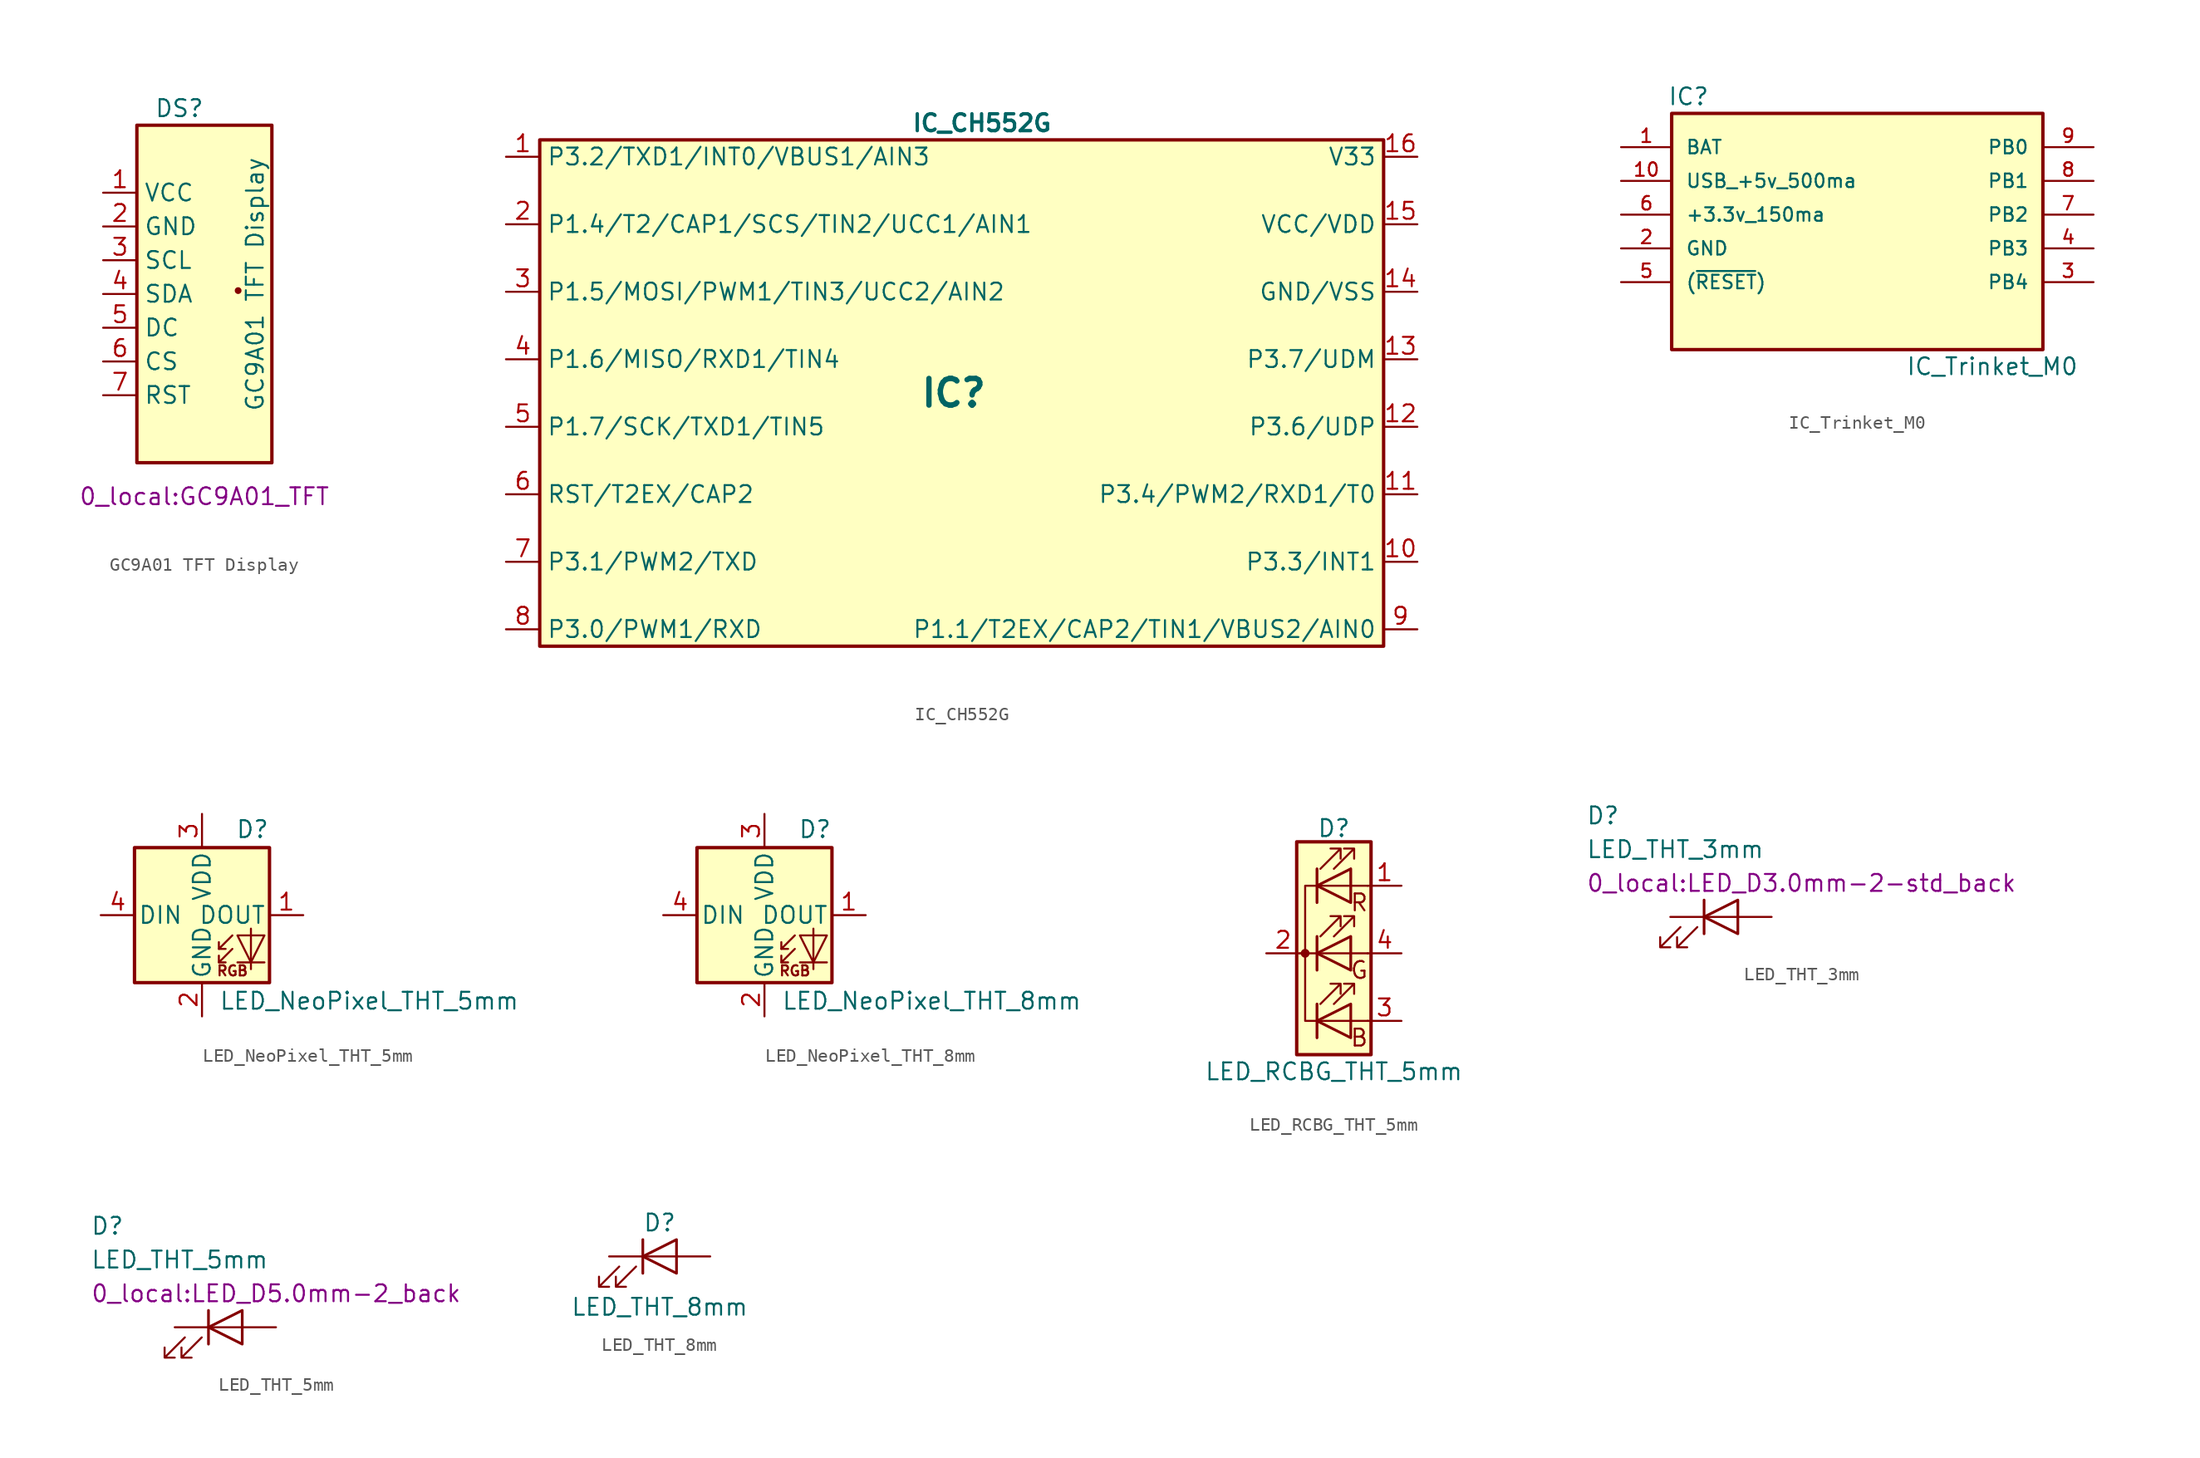
<source format=kicad_sym>
(kicad_symbol_lib
  (version 20220914)
  (generator kicad_symbol_editor)
  (symbol "GC9A01 TFT Display"
    (property "Reference" "DS"
      (at 0 13.97 0)
      (effects (font (size 1.27 1.27)) (justify right)))
    (property "Value" "GC9A01 TFT Display"
      (at 3.81 -8.89 90)
      (effects (font (size 1.27 1.27)) (justify left)))
    (property "Footprint" "0_local:GC9A01_TFT"
      (at 0 -15.24 0)
      (effects (font (size 1.27 1.27))))
    (symbol "GC9A01 TFT Display_0_1"
      (rectangle (start -5.08 12.7) (end 5.08 -12.7) (stroke (width 0.254) (type default)) (fill (type background)))
      (polyline (pts (xy 2.54 0.254) (xy 2.54 0.254)) (stroke (width 0.508) (type default)) (fill (type none))))
    (symbol "GC9A01 TFT Display_1_1"
      (pin power_in line (at -7.62 7.62 0) (length 2.54) (name "VCC" (effects (font (size 1.27 1.27)))) (number "1" (effects (font (size 1.27 1.27)))))
      (pin power_out line (at -7.62 5.08 0) (length 2.54) (name "GND" (effects (font (size 1.27 1.27)))) (number "2" (effects (font (size 1.27 1.27)))))
      (pin input line (at -7.62 2.54 0) (length 2.54) (name "SCL" (effects (font (size 1.27 1.27)))) (number "3" (effects (font (size 1.27 1.27)))))
      (pin input line (at -7.62 0 0) (length 2.54) (name "SDA" (effects (font (size 1.27 1.27)))) (number "4" (effects (font (size 1.27 1.27)))))
      (pin input line (at -7.62 -2.54 0) (length 2.54) (name "DC" (effects (font (size 1.27 1.27)))) (number "5" (effects (font (size 1.27 1.27)))))
      (pin input line (at -7.62 -5.08 0) (length 2.54) (name "CS" (effects (font (size 1.27 1.27)))) (number "6" (effects (font (size 1.27 1.27)))))
      (pin input line (at -7.62 -7.62 0) (length 2.54) (name "RST" (effects (font (size 1.27 1.27)))) (number "7" (effects (font (size 1.27 1.27)))))))
  (symbol "IC_CH552G"
    (property "Reference" "IC"
      (at 2.007 -6.35 0)
      (effects (font (size 2.007 2.007) bold) (justify right)))
    (property "Value" "IC_CH552G"
      (at -3.81 13.97 0)
      (effects (font (size 1.27 1.27) bold) (justify left)))
    (symbol "IC_CH552G_0_1"
      (rectangle (start -31.75 12.7) (end 31.75 -25.4) (stroke (width 0.254) (type default)) (fill (type background))))
    (symbol "IC_CH552G_1_1"
      (pin bidirectional line (at -34.29 11.43 0) (length 2.54) (name "P3.2/TXD1/INT0/VBUS1/AIN3" (effects (font (size 1.27 1.27)))) (number "1" (effects (font (size 1.27 1.27)))))
      (pin bidirectional line (at 34.29 -19.05 180) (length 2.54) (name "P3.3/INT1" (effects (font (size 1.27 1.27)))) (number "10" (effects (font (size 1.27 1.27)))))
      (pin bidirectional line (at 34.29 -13.97 180) (length 2.54) (name "P3.4/PWM2/RXD1/T0" (effects (font (size 1.27 1.27)))) (number "11" (effects (font (size 1.27 1.27)))))
      (pin bidirectional line (at 34.29 -8.89 180) (length 2.54) (name "P3.6/UDP" (effects (font (size 1.27 1.27)))) (number "12" (effects (font (size 1.27 1.27)))))
      (pin bidirectional line (at 34.29 -3.81 180) (length 2.54) (name "P3.7/UDM" (effects (font (size 1.27 1.27)))) (number "13" (effects (font (size 1.27 1.27)))))
      (pin power_in line (at 34.29 1.27 180) (length 2.54) (name "GND/VSS" (effects (font (size 1.27 1.27)))) (number "14" (effects (font (size 1.27 1.27)))))
      (pin power_in line (at 34.29 6.35 180) (length 2.54) (name "VCC/VDD" (effects (font (size 1.27 1.27)))) (number "15" (effects (font (size 1.27 1.27)))))
      (pin power_in line (at 34.29 11.43 180) (length 2.54) (name "V33" (effects (font (size 1.27 1.27)))) (number "16" (effects (font (size 1.27 1.27)))))
      (pin bidirectional line (at -34.29 6.35 0) (length 2.54) (name "P1.4/T2/CAP1/SCS/TIN2/UCC1/AIN1" (effects (font (size 1.27 1.27)))) (number "2" (effects (font (size 1.27 1.27)))))
      (pin bidirectional line (at -34.29 1.27 0) (length 2.54) (name "P1.5/MOSI/PWM1/TIN3/UCC2/AIN2" (effects (font (size 1.27 1.27)))) (number "3" (effects (font (size 1.27 1.27)))))
      (pin bidirectional line (at -34.29 -3.81 0) (length 2.54) (name "P1.6/MISO/RXD1/TIN4" (effects (font (size 1.27 1.27)))) (number "4" (effects (font (size 1.27 1.27)))))
      (pin bidirectional line (at -34.29 -8.89 0) (length 2.54) (name "P1.7/SCK/TXD1/TIN5" (effects (font (size 1.27 1.27)))) (number "5" (effects (font (size 1.27 1.27)))))
      (pin bidirectional line (at -34.29 -13.97 0) (length 2.54) (name "RST/T2EX/CAP2" (effects (font (size 1.27 1.27)))) (number "6" (effects (font (size 1.27 1.27)))))
      (pin bidirectional line (at -34.29 -19.05 0) (length 2.54) (name "P3.1/PWM2/TXD" (effects (font (size 1.27 1.27)))) (number "7" (effects (font (size 1.27 1.27)))))
      (pin bidirectional line (at -34.29 -24.13 0) (length 2.54) (name "P3.0/PWM1/RXD" (effects (font (size 1.27 1.27)))) (number "8" (effects (font (size 1.27 1.27)))))
      (pin bidirectional line (at 34.29 -24.13 180) (length 2.54) (name "P1.1/T2EX/CAP2/TIN1/VBUS2/AIN0" (effects (font (size 1.27 1.27)))) (number "9" (effects (font (size 1.27 1.27)))))))
  (symbol "IC_Trinket_M0"
    (pin_names
      (offset 1.016))
    (property "Reference" "IC"
      (at -12.7 10.16 0)
      (effects (font (size 1.27 1.27))))
    (property "Value" "IC_Trinket_M0"
      (at 10.16 -10.16 0)
      (effects (font (size 1.27 1.27))))
    (symbol "IC_Trinket_M0_0_1"
      (rectangle (start -13.97 8.89) (end 13.97 -8.89) (stroke (width 0.254) (type default)) (fill (type background))))
    (symbol "IC_Trinket_M0_1_1"
      (pin power_in line (at -17.78 6.35 0) (length 3.81) (name "BAT" (effects (font (size 1.016 1.016)))) (number "1" (effects (font (size 1.016 1.016)))))
      (pin output line (at -17.78 3.81 0) (length 3.81) (name "USB_+5v_500ma" (effects (font (size 1.016 1.016)))) (number "10" (effects (font (size 1.016 1.016)))))
      (pin power_in line (at -17.78 -1.27 0) (length 3.81) (name "GND" (effects (font (size 1.016 1.016)))) (number "2" (effects (font (size 1.016 1.016)))))
      (pin bidirectional line (at 17.78 -3.81 180) (length 3.81) (name "PB4" (effects (font (size 1.016 1.016)))) (number "3" (effects (font (size 1.016 1.016)))))
      (pin bidirectional line (at 17.78 -1.27 180) (length 3.81) (name "PB3" (effects (font (size 1.016 1.016)))) (number "4" (effects (font (size 1.016 1.016)))))
      (pin input line (at -17.78 -3.81 0) (length 3.81) (name "(~{RESET})" (effects (font (size 1.016 1.016)))) (number "5" (effects (font (size 1.016 1.016)))))
      (pin output line (at -17.78 1.27 0) (length 3.81) (name "+3.3v_150ma" (effects (font (size 1.016 1.016)))) (number "6" (effects (font (size 1.016 1.016)))))
      (pin output line (at 17.78 1.27 180) (length 3.81) (name "PB2" (effects (font (size 1.016 1.016)))) (number "7" (effects (font (size 1.016 1.016)))))
      (pin bidirectional line (at 17.78 3.81 180) (length 3.81) (name "PB1" (effects (font (size 1.016 1.016)))) (number "8" (effects (font (size 1.016 1.016)))))
      (pin bidirectional line (at 17.78 6.35 180) (length 3.81) (name "PB0" (effects (font (size 1.016 1.016)))) (number "9" (effects (font (size 1.016 1.016)))))))
  (symbol "LED_NeoPixel_THT_5mm"
    (pin_names
      (offset 0.254))
    (property "Reference" "D"
      (at 5.08 5.715 0)
      (effects (font (size 1.27 1.27)) (justify right bottom)))
    (property "Value" "LED_NeoPixel_THT_5mm"
      (at 1.27 -5.715 0)
      (effects (font (size 1.27 1.27)) (justify left top)))
    (symbol "LED_NeoPixel_THT_5mm_0_0"
      (text "RGB" (at 2.286 -4.191 0) (effects (font (size 0.762 0.762)))))
    (symbol "LED_NeoPixel_THT_5mm_0_1"
      (polyline (pts (xy 1.27 -3.556) (xy 1.778 -3.556)) (stroke (width 0) (type default)) (fill (type none)))
      (polyline (pts (xy 1.27 -2.54) (xy 1.778 -2.54)) (stroke (width 0) (type default)) (fill (type none)))
      (polyline (pts (xy 4.699 -3.556) (xy 2.667 -3.556)) (stroke (width 0) (type default)) (fill (type none)))
      (polyline (pts (xy 2.286 -2.54) (xy 1.27 -3.556) (xy 1.27 -3.048)) (stroke (width 0) (type default)) (fill (type none)))
      (polyline (pts (xy 2.286 -1.524) (xy 1.27 -2.54) (xy 1.27 -2.032)) (stroke (width 0) (type default)) (fill (type none)))
      (polyline (pts (xy 3.683 -1.016) (xy 3.683 -3.556) (xy 3.683 -4.064)) (stroke (width 0) (type default)) (fill (type none)))
      (polyline (pts (xy 4.699 -1.524) (xy 2.667 -1.524) (xy 3.683 -3.556) (xy 4.699 -1.524)) (stroke (width 0) (type default)) (fill (type none)))
      (rectangle (start 5.08 5.08) (end -5.08 -5.08) (stroke (width 0.254) (type default)) (fill (type background))))
    (symbol "LED_NeoPixel_THT_5mm_1_1"
      (pin output line (at 7.62 0 180) (length 2.54) (name "DOUT" (effects (font (size 1.27 1.27)))) (number "1" (effects (font (size 1.27 1.27)))))
      (pin power_in line (at 0 -7.62 90) (length 2.54) (name "GND" (effects (font (size 1.27 1.27)))) (number "2" (effects (font (size 1.27 1.27)))))
      (pin power_in line (at 0 7.62 270) (length 2.54) (name "VDD" (effects (font (size 1.27 1.27)))) (number "3" (effects (font (size 1.27 1.27)))))
      (pin input line (at -7.62 0 0) (length 2.54) (name "DIN" (effects (font (size 1.27 1.27)))) (number "4" (effects (font (size 1.27 1.27)))))))
  (symbol "LED_NeoPixel_THT_8mm"
    (pin_names
      (offset 0.254))
    (property "Reference" "D"
      (at 5.08 5.715 0)
      (effects (font (size 1.27 1.27)) (justify right bottom)))
    (property "Value" "LED_NeoPixel_THT_8mm"
      (at 1.27 -5.715 0)
      (effects (font (size 1.27 1.27)) (justify left top)))
    (symbol "LED_NeoPixel_THT_8mm_0_0"
      (text "RGB" (at 2.286 -4.191 0) (effects (font (size 0.762 0.762)))))
    (symbol "LED_NeoPixel_THT_8mm_0_1"
      (polyline (pts (xy 1.27 -3.556) (xy 1.778 -3.556)) (stroke (width 0) (type default)) (fill (type none)))
      (polyline (pts (xy 1.27 -2.54) (xy 1.778 -2.54)) (stroke (width 0) (type default)) (fill (type none)))
      (polyline (pts (xy 4.699 -3.556) (xy 2.667 -3.556)) (stroke (width 0) (type default)) (fill (type none)))
      (polyline (pts (xy 2.286 -2.54) (xy 1.27 -3.556) (xy 1.27 -3.048)) (stroke (width 0) (type default)) (fill (type none)))
      (polyline (pts (xy 2.286 -1.524) (xy 1.27 -2.54) (xy 1.27 -2.032)) (stroke (width 0) (type default)) (fill (type none)))
      (polyline (pts (xy 3.683 -1.016) (xy 3.683 -3.556) (xy 3.683 -4.064)) (stroke (width 0) (type default)) (fill (type none)))
      (polyline (pts (xy 4.699 -1.524) (xy 2.667 -1.524) (xy 3.683 -3.556) (xy 4.699 -1.524)) (stroke (width 0) (type default)) (fill (type none)))
      (rectangle (start 5.08 5.08) (end -5.08 -5.08) (stroke (width 0.254) (type default)) (fill (type background))))
    (symbol "LED_NeoPixel_THT_8mm_1_1"
      (pin output line (at 7.62 0 180) (length 2.54) (name "DOUT" (effects (font (size 1.27 1.27)))) (number "1" (effects (font (size 1.27 1.27)))))
      (pin power_in line (at 0 -7.62 90) (length 2.54) (name "GND" (effects (font (size 1.27 1.27)))) (number "2" (effects (font (size 1.27 1.27)))))
      (pin power_in line (at 0 7.62 270) (length 2.54) (name "VDD" (effects (font (size 1.27 1.27)))) (number "3" (effects (font (size 1.27 1.27)))))
      (pin input line (at -7.62 0 0) (length 2.54) (name "DIN" (effects (font (size 1.27 1.27)))) (number "4" (effects (font (size 1.27 1.27)))))))
  (symbol "LED_RCBG_THT_5mm"
    (pin_names
      (offset 0) hide)
    (property "Reference" "D"
      (at 0 9.398 0)
      (effects (font (size 1.27 1.27))))
    (property "Value" "LED_RCBG_THT_5mm"
      (at 0 -8.89 0)
      (effects (font (size 1.27 1.27))))
    (symbol "LED_RCBG_THT_5mm_0_0"
      (text "B" (at 1.905 -6.35 0) (effects (font (size 1.27 1.27))))
      (text "G" (at 1.905 -1.27 0) (effects (font (size 1.27 1.27))))
      (text "R" (at 1.905 3.81 0) (effects (font (size 1.27 1.27)))))
    (symbol "LED_RCBG_THT_5mm_0_1"
      (circle (center -2.159 0) (radius 0.254) (stroke (width 0) (type default)) (fill (type outline)))
      (polyline (pts (xy -1.27 -5.08) (xy 1.27 -5.08)) (stroke (width 0) (type default)) (fill (type none)))
      (polyline (pts (xy -1.27 -3.81) (xy -1.27 -6.35)) (stroke (width 0) (type default)) (fill (type none)))
      (polyline (pts (xy -1.27 -3.81) (xy -1.27 -6.35)) (stroke (width 0.203) (type default)) (fill (type none)))
      (polyline (pts (xy -1.27 0) (xy -2.54 0)) (stroke (width 0) (type default)) (fill (type none)))
      (polyline (pts (xy -1.27 1.27) (xy -1.27 -1.27)) (stroke (width 0.203) (type default)) (fill (type none)))
      (polyline (pts (xy -1.27 5.08) (xy 1.27 5.08)) (stroke (width 0) (type default)) (fill (type none)))
      (polyline (pts (xy -1.27 6.35) (xy -1.27 3.81)) (stroke (width 0.203) (type default)) (fill (type none)))
      (polyline (pts (xy 1.27 -5.08) (xy 2.54 -5.08)) (stroke (width 0) (type default)) (fill (type none)))
      (polyline (pts (xy 1.27 0) (xy -1.27 0)) (stroke (width 0) (type default)) (fill (type none)))
      (polyline (pts (xy 1.27 0) (xy 2.54 0)) (stroke (width 0) (type default)) (fill (type none)))
      (polyline (pts (xy 1.27 5.08) (xy 2.54 5.08)) (stroke (width 0) (type default)) (fill (type none)))
      (polyline (pts (xy -1.27 1.27) (xy -1.27 -1.27) (xy -1.27 -1.27)) (stroke (width 0) (type default)) (fill (type none)))
      (polyline (pts (xy -1.27 6.35) (xy -1.27 3.81) (xy -1.27 3.81)) (stroke (width 0) (type default)) (fill (type none)))
      (polyline (pts (xy -1.27 5.08) (xy -2.159 5.08) (xy -2.159 -5.08) (xy -1.016 -5.08)) (stroke (width 0) (type default)) (fill (type none)))
      (polyline (pts (xy 1.27 -3.81) (xy 1.27 -6.35) (xy -1.27 -5.08) (xy 1.27 -3.81)) (stroke (width 0.203) (type default)) (fill (type none)))
      (polyline (pts (xy 1.27 1.27) (xy 1.27 -1.27) (xy -1.27 0) (xy 1.27 1.27)) (stroke (width 0.203) (type default)) (fill (type none)))
      (polyline (pts (xy 1.27 6.35) (xy 1.27 3.81) (xy -1.27 5.08) (xy 1.27 6.35)) (stroke (width 0.203) (type default)) (fill (type none)))
      (polyline (pts (xy -1.016 -3.81) (xy 0.508 -2.286) (xy -0.254 -2.286) (xy 0.508 -2.286) (xy 0.508 -3.048)) (stroke (width 0) (type default)) (fill (type none)))
      (polyline (pts (xy -1.016 1.27) (xy 0.508 2.794) (xy -0.254 2.794) (xy 0.508 2.794) (xy 0.508 2.032)) (stroke (width 0) (type default)) (fill (type none)))
      (polyline (pts (xy -1.016 6.35) (xy 0.508 7.874) (xy -0.254 7.874) (xy 0.508 7.874) (xy 0.508 7.112)) (stroke (width 0) (type default)) (fill (type none)))
      (polyline (pts (xy 0 -3.81) (xy 1.524 -2.286) (xy 0.762 -2.286) (xy 1.524 -2.286) (xy 1.524 -3.048)) (stroke (width 0) (type default)) (fill (type none)))
      (polyline (pts (xy 0 1.27) (xy 1.524 2.794) (xy 0.762 2.794) (xy 1.524 2.794) (xy 1.524 2.032)) (stroke (width 0) (type default)) (fill (type none)))
      (polyline (pts (xy 0 6.35) (xy 1.524 7.874) (xy 0.762 7.874) (xy 1.524 7.874) (xy 1.524 7.112)) (stroke (width 0) (type default)) (fill (type none)))
      (rectangle (start 1.27 -1.27) (end 1.27 1.27) (stroke (width 0) (type default)) (fill (type none)))
      (rectangle (start 1.27 1.27) (end 1.27 1.27) (stroke (width 0) (type default)) (fill (type none)))
      (rectangle (start 1.27 3.81) (end 1.27 6.35) (stroke (width 0) (type default)) (fill (type none)))
      (rectangle (start 1.27 6.35) (end 1.27 6.35) (stroke (width 0) (type default)) (fill (type none)))
      (rectangle (start 2.794 8.382) (end -2.794 -7.62) (stroke (width 0.254) (type default)) (fill (type background))))
    (symbol "LED_RCBG_THT_5mm_1_1"
      (pin passive line (at 5.08 5.08 180) (length 2.54) (name "RA" (effects (font (size 1.27 1.27)))) (number "1" (effects (font (size 1.27 1.27)))))
      (pin passive line (at -5.08 0 0) (length 2.54) (name "K" (effects (font (size 1.27 1.27)))) (number "2" (effects (font (size 1.27 1.27)))))
      (pin passive line (at 5.08 -5.08 180) (length 2.54) (name "BA" (effects (font (size 1.27 1.27)))) (number "3" (effects (font (size 1.27 1.27)))))
      (pin passive line (at 5.08 0 180) (length 2.54) (name "GA" (effects (font (size 1.27 1.27)))) (number "4" (effects (font (size 1.27 1.27)))))))
  (symbol "LED_THT_3mm"
    (pin_numbers hide)
    (pin_names
      (offset 1.016) hide)
    (property "Reference" "D"
      (at -10.16 7.62 0)
      (effects (font (size 1.27 1.27)) (justify left)))
    (property "Value" "LED_THT_3mm"
      (at -10.16 5.08 0)
      (effects (font (size 1.27 1.27)) (justify left)))
    (property "Footprint" "0_local:LED_D3.0mm-2-std_back"
      (at -10.16 2.54 0)
      (effects (font (size 1.27 1.27)) (justify left)))
    (symbol "LED_THT_3mm_0_1"
      (polyline (pts (xy -1.27 -1.27) (xy -1.27 1.27)) (stroke (width 0.203) (type default)) (fill (type none)))
      (polyline (pts (xy -1.27 0) (xy 1.27 0)) (stroke (width 0) (type default)) (fill (type none)))
      (polyline (pts (xy 1.27 -1.27) (xy 1.27 1.27) (xy -1.27 0) (xy 1.27 -1.27)) (stroke (width 0.203) (type default)) (fill (type none)))
      (polyline (pts (xy -3.048 -0.762) (xy -4.572 -2.286) (xy -3.81 -2.286) (xy -4.572 -2.286) (xy -4.572 -1.524)) (stroke (width 0) (type default)) (fill (type none)))
      (polyline (pts (xy -1.778 -0.762) (xy -3.302 -2.286) (xy -2.54 -2.286) (xy -3.302 -2.286) (xy -3.302 -1.524)) (stroke (width 0) (type default)) (fill (type none))))
    (symbol "LED_THT_3mm_1_1"
      (pin passive line (at -3.81 0 0) (length 2.54) (name "K" (effects (font (size 1.27 1.27)))) (number "1" (effects (font (size 1.27 1.27)))))
      (pin passive line (at 3.81 0 180) (length 2.54) (name "A" (effects (font (size 1.27 1.27)))) (number "2" (effects (font (size 1.27 1.27)))))))
  (symbol "LED_THT_5mm"
    (pin_numbers hide)
    (pin_names
      (offset 1.016) hide)
    (property "Reference" "D"
      (at -10.16 7.62 0)
      (effects (font (size 1.27 1.27)) (justify left)))
    (property "Value" "LED_THT_5mm"
      (at -10.16 5.08 0)
      (effects (font (size 1.27 1.27)) (justify left)))
    (property "Footprint" "0_local:LED_D5.0mm-2_back"
      (at -10.16 2.54 0)
      (effects (font (size 1.27 1.27)) (justify left)))
    (symbol "LED_THT_5mm_0_1"
      (polyline (pts (xy -1.27 -1.27) (xy -1.27 1.27)) (stroke (width 0.203) (type default)) (fill (type none)))
      (polyline (pts (xy -1.27 0) (xy 1.27 0)) (stroke (width 0) (type default)) (fill (type none)))
      (polyline (pts (xy 1.27 -1.27) (xy 1.27 1.27) (xy -1.27 0) (xy 1.27 -1.27)) (stroke (width 0.203) (type default)) (fill (type none)))
      (polyline (pts (xy -3.048 -0.762) (xy -4.572 -2.286) (xy -3.81 -2.286) (xy -4.572 -2.286) (xy -4.572 -1.524)) (stroke (width 0) (type default)) (fill (type none)))
      (polyline (pts (xy -1.778 -0.762) (xy -3.302 -2.286) (xy -2.54 -2.286) (xy -3.302 -2.286) (xy -3.302 -1.524)) (stroke (width 0) (type default)) (fill (type none))))
    (symbol "LED_THT_5mm_1_1"
      (pin passive line (at -3.81 0 0) (length 2.54) (name "K" (effects (font (size 1.27 1.27)))) (number "1" (effects (font (size 1.27 1.27)))))
      (pin passive line (at 3.81 0 180) (length 2.54) (name "A" (effects (font (size 1.27 1.27)))) (number "2" (effects (font (size 1.27 1.27)))))))
  (symbol "LED_THT_8mm"
    (pin_numbers hide)
    (pin_names
      (offset 1.016) hide)
    (property "Reference" "D"
      (at 0 2.54 0)
      (effects (font (size 1.27 1.27))))
    (property "Value" "LED_THT_8mm"
      (at 0 -3.81 0)
      (effects (font (size 1.27 1.27))))
    (symbol "LED_THT_8mm_0_1"
      (polyline (pts (xy -1.27 -1.27) (xy -1.27 1.27)) (stroke (width 0.203) (type default)) (fill (type none)))
      (polyline (pts (xy -1.27 0) (xy 1.27 0)) (stroke (width 0) (type default)) (fill (type none)))
      (polyline (pts (xy 1.27 -1.27) (xy 1.27 1.27) (xy -1.27 0) (xy 1.27 -1.27)) (stroke (width 0.203) (type default)) (fill (type none)))
      (polyline (pts (xy -3.048 -0.762) (xy -4.572 -2.286) (xy -3.81 -2.286) (xy -4.572 -2.286) (xy -4.572 -1.524)) (stroke (width 0) (type default)) (fill (type none)))
      (polyline (pts (xy -1.778 -0.762) (xy -3.302 -2.286) (xy -2.54 -2.286) (xy -3.302 -2.286) (xy -3.302 -1.524)) (stroke (width 0) (type default)) (fill (type none))))
    (symbol "LED_THT_8mm_1_1"
      (pin passive line (at -3.81 0 0) (length 2.54) (name "K" (effects (font (size 1.27 1.27)))) (number "1" (effects (font (size 1.27 1.27)))))
      (pin passive line (at 3.81 0 180) (length 2.54) (name "A" (effects (font (size 1.27 1.27)))) (number "2" (effects (font (size 1.27 1.27))))))))
</source>
